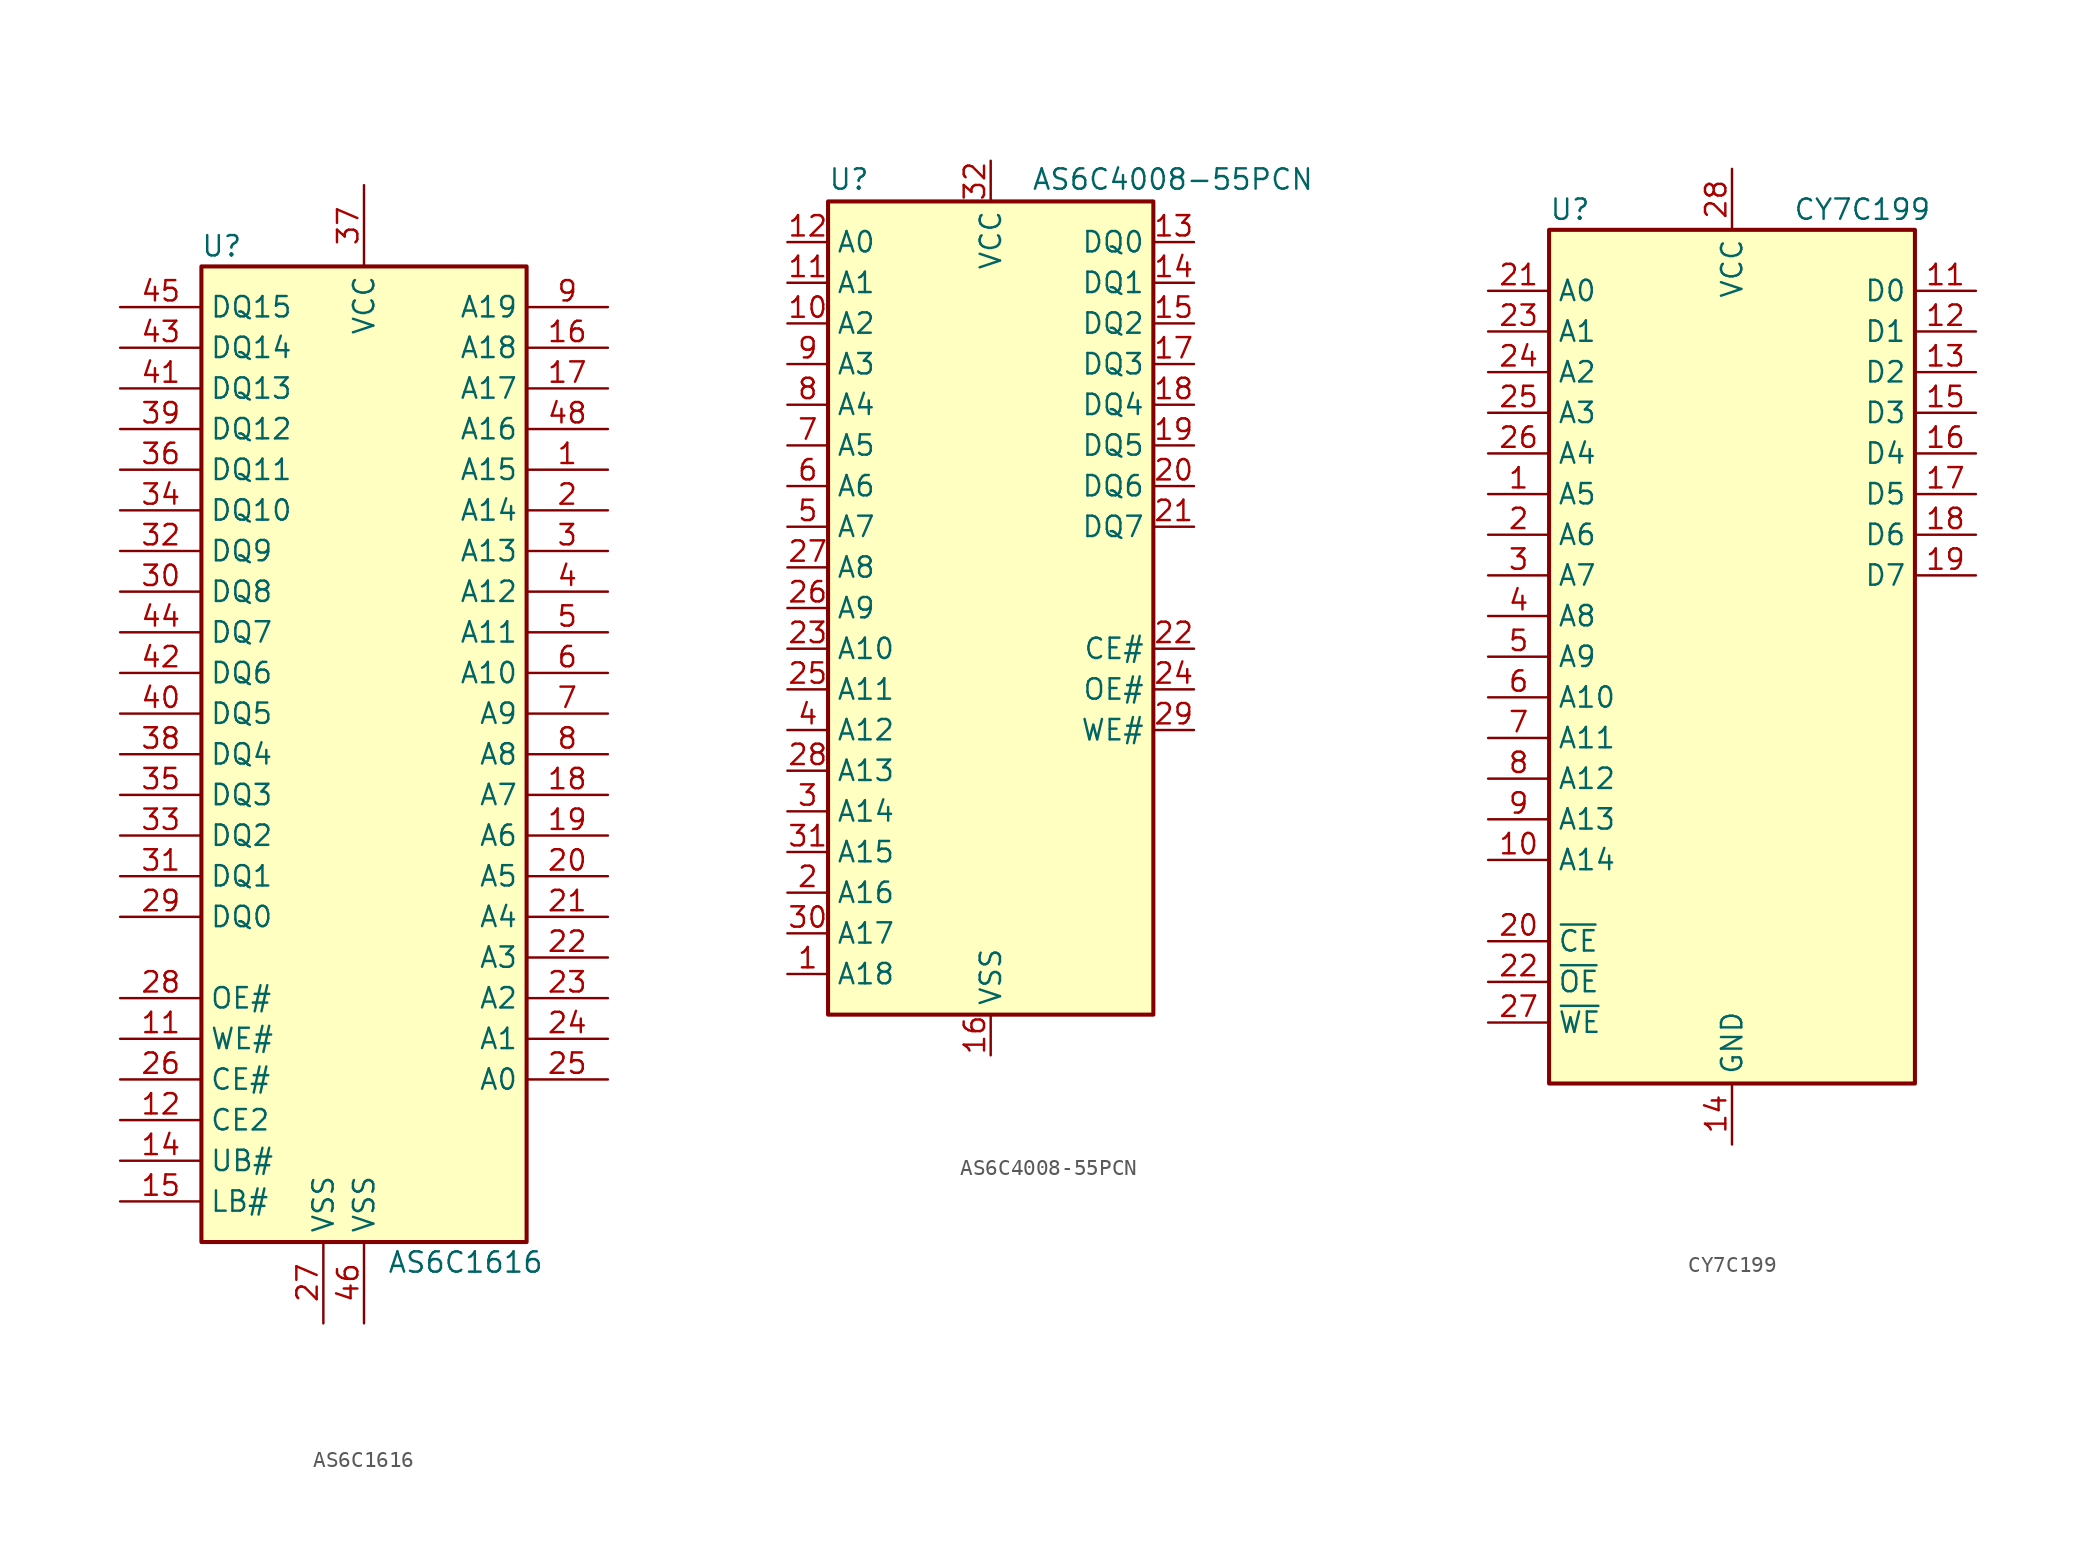
<source format=kicad_sym>
(kicad_symbol_lib
  (version 20241209)
  (generator "kicad_symbol_editor")
  (generator_version "9.0")
  (symbol "AS6C1616"
    (property "Reference" "U"
      (at -8.89 31.75 0)
      (effects (font (size 1.27 1.27))))
    (property "Value" "AS6C1616"
      (at 6.35 -31.75 0)
      (effects (font (size 1.27 1.27))))
    (symbol "AS6C1616_0_1"
      (rectangle (start -10.16 30.48) (end 10.16 -30.48) (stroke (width 0.254) (type default)) (fill (type background))))
    (symbol "AS6C1616_1_1"
      (pin input line (at -15.24 27.94 0) (length 5.08) (name "DQ15" (effects (font (size 1.27 1.27)))) (number "45" (effects (font (size 1.27 1.27)))))
      (pin bidirectional line (at -15.24 25.4 0) (length 5.08) (name "DQ14" (effects (font (size 1.27 1.27)))) (number "43" (effects (font (size 1.27 1.27)))))
      (pin bidirectional line (at -15.24 22.86 0) (length 5.08) (name "DQ13" (effects (font (size 1.27 1.27)))) (number "41" (effects (font (size 1.27 1.27)))))
      (pin bidirectional line (at -15.24 20.32 0) (length 5.08) (name "DQ12" (effects (font (size 1.27 1.27)))) (number "39" (effects (font (size 1.27 1.27)))))
      (pin bidirectional line (at -15.24 17.78 0) (length 5.08) (name "DQ11" (effects (font (size 1.27 1.27)))) (number "36" (effects (font (size 1.27 1.27)))))
      (pin bidirectional line (at -15.24 15.24 0) (length 5.08) (name "DQ10" (effects (font (size 1.27 1.27)))) (number "34" (effects (font (size 1.27 1.27)))))
      (pin bidirectional line (at -15.24 12.7 0) (length 5.08) (name "DQ9" (effects (font (size 1.27 1.27)))) (number "32" (effects (font (size 1.27 1.27)))))
      (pin bidirectional line (at -15.24 10.16 0) (length 5.08) (name "DQ8" (effects (font (size 1.27 1.27)))) (number "30" (effects (font (size 1.27 1.27)))))
      (pin bidirectional line (at -15.24 7.62 0) (length 5.08) (name "DQ7" (effects (font (size 1.27 1.27)))) (number "44" (effects (font (size 1.27 1.27)))))
      (pin bidirectional line (at -15.24 5.08 0) (length 5.08) (name "DQ6" (effects (font (size 1.27 1.27)))) (number "42" (effects (font (size 1.27 1.27)))))
      (pin bidirectional line (at -15.24 2.54 0) (length 5.08) (name "DQ5" (effects (font (size 1.27 1.27)))) (number "40" (effects (font (size 1.27 1.27)))))
      (pin bidirectional line (at -15.24 0 0) (length 5.08) (name "DQ4" (effects (font (size 1.27 1.27)))) (number "38" (effects (font (size 1.27 1.27)))))
      (pin bidirectional line (at -15.24 -2.54 0) (length 5.08) (name "DQ3" (effects (font (size 1.27 1.27)))) (number "35" (effects (font (size 1.27 1.27)))))
      (pin bidirectional line (at -15.24 -5.08 0) (length 5.08) (name "DQ2" (effects (font (size 1.27 1.27)))) (number "33" (effects (font (size 1.27 1.27)))))
      (pin bidirectional line (at -15.24 -7.62 0) (length 5.08) (name "DQ1" (effects (font (size 1.27 1.27)))) (number "31" (effects (font (size 1.27 1.27)))))
      (pin bidirectional line (at -15.24 -10.16 0) (length 5.08) (name "DQ0" (effects (font (size 1.27 1.27)))) (number "29" (effects (font (size 1.27 1.27)))))
      (pin input line (at -15.24 -15.24 0) (length 5.08) (name "OE#" (effects (font (size 1.27 1.27)))) (number "28" (effects (font (size 1.27 1.27)))))
      (pin input line (at -15.24 -17.78 0) (length 5.08) (name "WE#" (effects (font (size 1.27 1.27)))) (number "11" (effects (font (size 1.27 1.27)))))
      (pin input line (at -15.24 -20.32 0) (length 5.08) (name "CE#" (effects (font (size 1.27 1.27)))) (number "26" (effects (font (size 1.27 1.27)))))
      (pin input line (at -15.24 -22.86 0) (length 5.08) (name "CE2" (effects (font (size 1.27 1.27)))) (number "12" (effects (font (size 1.27 1.27)))))
      (pin input line (at -15.24 -25.4 0) (length 5.08) (name "UB#" (effects (font (size 1.27 1.27)))) (number "14" (effects (font (size 1.27 1.27)))))
      (pin input line (at -15.24 -27.94 0) (length 5.08) (name "LB#" (effects (font (size 1.27 1.27)))) (number "15" (effects (font (size 1.27 1.27)))))
      (pin power_in line (at -2.54 -35.56 90) (length 5.08) (name "VSS" (effects (font (size 1.27 1.27)))) (number "27" (effects (font (size 1.27 1.27)))))
      (pin power_in line (at 0 35.56 270) (length 5.08) (name "VCC" (effects (font (size 1.27 1.27)))) (number "37" (effects (font (size 1.27 1.27)))))
      (pin power_in line (at 0 -35.56 90) (length 5.08) (name "VSS" (effects (font (size 1.27 1.27)))) (number "46" (effects (font (size 1.27 1.27)))))
      (pin no_connect line (at 10.16 -22.86 180) (length 0) (hide yes) (name "NC" (effects (font (size 1.27 1.27)))) (number "10" (effects (font (size 1.27 1.27)))))
      (pin no_connect line (at 10.16 -25.4 180) (length 0) (hide yes) (name "NC" (effects (font (size 1.27 1.27)))) (number "13" (effects (font (size 1.27 1.27)))))
      (pin no_connect line (at 10.16 -27.94 180) (length 0) (hide yes) (name "NC" (effects (font (size 1.27 1.27)))) (number "47" (effects (font (size 1.27 1.27)))))
      (pin input line (at 15.24 27.94 180) (length 5.08) (name "A19" (effects (font (size 1.27 1.27)))) (number "9" (effects (font (size 1.27 1.27)))))
      (pin input line (at 15.24 25.4 180) (length 5.08) (name "A18" (effects (font (size 1.27 1.27)))) (number "16" (effects (font (size 1.27 1.27)))))
      (pin input line (at 15.24 22.86 180) (length 5.08) (name "A17" (effects (font (size 1.27 1.27)))) (number "17" (effects (font (size 1.27 1.27)))))
      (pin input line (at 15.24 20.32 180) (length 5.08) (name "A16" (effects (font (size 1.27 1.27)))) (number "48" (effects (font (size 1.27 1.27)))))
      (pin input line (at 15.24 17.78 180) (length 5.08) (name "A15" (effects (font (size 1.27 1.27)))) (number "1" (effects (font (size 1.27 1.27)))))
      (pin input line (at 15.24 15.24 180) (length 5.08) (name "A14" (effects (font (size 1.27 1.27)))) (number "2" (effects (font (size 1.27 1.27)))))
      (pin input line (at 15.24 12.7 180) (length 5.08) (name "A13" (effects (font (size 1.27 1.27)))) (number "3" (effects (font (size 1.27 1.27)))))
      (pin input line (at 15.24 10.16 180) (length 5.08) (name "A12" (effects (font (size 1.27 1.27)))) (number "4" (effects (font (size 1.27 1.27)))))
      (pin input line (at 15.24 7.62 180) (length 5.08) (name "A11" (effects (font (size 1.27 1.27)))) (number "5" (effects (font (size 1.27 1.27)))))
      (pin input line (at 15.24 5.08 180) (length 5.08) (name "A10" (effects (font (size 1.27 1.27)))) (number "6" (effects (font (size 1.27 1.27)))))
      (pin input line (at 15.24 2.54 180) (length 5.08) (name "A9" (effects (font (size 1.27 1.27)))) (number "7" (effects (font (size 1.27 1.27)))))
      (pin input line (at 15.24 0 180) (length 5.08) (name "A8" (effects (font (size 1.27 1.27)))) (number "8" (effects (font (size 1.27 1.27)))))
      (pin input line (at 15.24 -2.54 180) (length 5.08) (name "A7" (effects (font (size 1.27 1.27)))) (number "18" (effects (font (size 1.27 1.27)))))
      (pin input line (at 15.24 -5.08 180) (length 5.08) (name "A6" (effects (font (size 1.27 1.27)))) (number "19" (effects (font (size 1.27 1.27)))))
      (pin input line (at 15.24 -7.62 180) (length 5.08) (name "A5" (effects (font (size 1.27 1.27)))) (number "20" (effects (font (size 1.27 1.27)))))
      (pin input line (at 15.24 -10.16 180) (length 5.08) (name "A4" (effects (font (size 1.27 1.27)))) (number "21" (effects (font (size 1.27 1.27)))))
      (pin input line (at 15.24 -12.7 180) (length 5.08) (name "A3" (effects (font (size 1.27 1.27)))) (number "22" (effects (font (size 1.27 1.27)))))
      (pin input line (at 15.24 -15.24 180) (length 5.08) (name "A2" (effects (font (size 1.27 1.27)))) (number "23" (effects (font (size 1.27 1.27)))))
      (pin input line (at 15.24 -17.78 180) (length 5.08) (name "A1" (effects (font (size 1.27 1.27)))) (number "24" (effects (font (size 1.27 1.27)))))
      (pin input line (at 15.24 -20.32 180) (length 5.08) (name "A0" (effects (font (size 1.27 1.27)))) (number "25" (effects (font (size 1.27 1.27)))))))
  (symbol "AS6C4008-55PCN"
    (property "Reference" "U"
      (at -10.16 26.035 0)
      (effects (font (size 1.27 1.27)) (justify left bottom)))
    (property "Value" "AS6C4008-55PCN"
      (at 2.54 26.035 0)
      (effects (font (size 1.27 1.27)) (justify left bottom)))
    (symbol "AS6C4008-55PCN_0_0"
      (pin power_in line (at 0 27.94 270) (length 2.54) (name "VCC" (effects (font (size 1.27 1.27)))) (number "32" (effects (font (size 1.27 1.27)))))
      (pin power_in line (at 0 -27.94 90) (length 2.54) (name "VSS" (effects (font (size 1.27 1.27)))) (number "16" (effects (font (size 1.27 1.27))))))
    (symbol "AS6C4008-55PCN_0_1"
      (rectangle (start -10.16 25.4) (end 10.16 -25.4) (stroke (width 0.254) (type default)) (fill (type background))))
    (symbol "AS6C4008-55PCN_1_1"
      (pin input line (at -12.7 22.86 0) (length 2.54) (name "A0" (effects (font (size 1.27 1.27)))) (number "12" (effects (font (size 1.27 1.27)))))
      (pin input line (at -12.7 20.32 0) (length 2.54) (name "A1" (effects (font (size 1.27 1.27)))) (number "11" (effects (font (size 1.27 1.27)))))
      (pin input line (at -12.7 17.78 0) (length 2.54) (name "A2" (effects (font (size 1.27 1.27)))) (number "10" (effects (font (size 1.27 1.27)))))
      (pin input line (at -12.7 15.24 0) (length 2.54) (name "A3" (effects (font (size 1.27 1.27)))) (number "9" (effects (font (size 1.27 1.27)))))
      (pin input line (at -12.7 12.7 0) (length 2.54) (name "A4" (effects (font (size 1.27 1.27)))) (number "8" (effects (font (size 1.27 1.27)))))
      (pin input line (at -12.7 10.16 0) (length 2.54) (name "A5" (effects (font (size 1.27 1.27)))) (number "7" (effects (font (size 1.27 1.27)))))
      (pin input line (at -12.7 7.62 0) (length 2.54) (name "A6" (effects (font (size 1.27 1.27)))) (number "6" (effects (font (size 1.27 1.27)))))
      (pin input line (at -12.7 5.08 0) (length 2.54) (name "A7" (effects (font (size 1.27 1.27)))) (number "5" (effects (font (size 1.27 1.27)))))
      (pin input line (at -12.7 2.54 0) (length 2.54) (name "A8" (effects (font (size 1.27 1.27)))) (number "27" (effects (font (size 1.27 1.27)))))
      (pin input line (at -12.7 0 0) (length 2.54) (name "A9" (effects (font (size 1.27 1.27)))) (number "26" (effects (font (size 1.27 1.27)))))
      (pin input line (at -12.7 -2.54 0) (length 2.54) (name "A10" (effects (font (size 1.27 1.27)))) (number "23" (effects (font (size 1.27 1.27)))))
      (pin input line (at -12.7 -5.08 0) (length 2.54) (name "A11" (effects (font (size 1.27 1.27)))) (number "25" (effects (font (size 1.27 1.27)))))
      (pin input line (at -12.7 -7.62 0) (length 2.54) (name "A12" (effects (font (size 1.27 1.27)))) (number "4" (effects (font (size 1.27 1.27)))))
      (pin input line (at -12.7 -10.16 0) (length 2.54) (name "A13" (effects (font (size 1.27 1.27)))) (number "28" (effects (font (size 1.27 1.27)))))
      (pin input line (at -12.7 -12.7 0) (length 2.54) (name "A14" (effects (font (size 1.27 1.27)))) (number "3" (effects (font (size 1.27 1.27)))))
      (pin input line (at -12.7 -15.24 0) (length 2.54) (name "A15" (effects (font (size 1.27 1.27)))) (number "31" (effects (font (size 1.27 1.27)))))
      (pin input line (at -12.7 -17.78 0) (length 2.54) (name "A16" (effects (font (size 1.27 1.27)))) (number "2" (effects (font (size 1.27 1.27)))))
      (pin input line (at -12.7 -20.32 0) (length 2.54) (name "A17" (effects (font (size 1.27 1.27)))) (number "30" (effects (font (size 1.27 1.27)))))
      (pin input line (at -12.7 -22.86 0) (length 2.54) (name "A18" (effects (font (size 1.27 1.27)))) (number "1" (effects (font (size 1.27 1.27)))))
      (pin tri_state line (at 12.7 22.86 180) (length 2.54) (name "DQ0" (effects (font (size 1.27 1.27)))) (number "13" (effects (font (size 1.27 1.27)))))
      (pin tri_state line (at 12.7 20.32 180) (length 2.54) (name "DQ1" (effects (font (size 1.27 1.27)))) (number "14" (effects (font (size 1.27 1.27)))))
      (pin tri_state line (at 12.7 17.78 180) (length 2.54) (name "DQ2" (effects (font (size 1.27 1.27)))) (number "15" (effects (font (size 1.27 1.27)))))
      (pin tri_state line (at 12.7 15.24 180) (length 2.54) (name "DQ3" (effects (font (size 1.27 1.27)))) (number "17" (effects (font (size 1.27 1.27)))))
      (pin tri_state line (at 12.7 12.7 180) (length 2.54) (name "DQ4" (effects (font (size 1.27 1.27)))) (number "18" (effects (font (size 1.27 1.27)))))
      (pin tri_state line (at 12.7 10.16 180) (length 2.54) (name "DQ5" (effects (font (size 1.27 1.27)))) (number "19" (effects (font (size 1.27 1.27)))))
      (pin tri_state line (at 12.7 7.62 180) (length 2.54) (name "DQ6" (effects (font (size 1.27 1.27)))) (number "20" (effects (font (size 1.27 1.27)))))
      (pin tri_state line (at 12.7 5.08 180) (length 2.54) (name "DQ7" (effects (font (size 1.27 1.27)))) (number "21" (effects (font (size 1.27 1.27)))))
      (pin input line (at 12.7 -2.54 180) (length 2.54) (name "CE#" (effects (font (size 1.27 1.27)))) (number "22" (effects (font (size 1.27 1.27)))))
      (pin input line (at 12.7 -5.08 180) (length 2.54) (name "OE#" (effects (font (size 1.27 1.27)))) (number "24" (effects (font (size 1.27 1.27)))))
      (pin input line (at 12.7 -7.62 180) (length 2.54) (name "WE#" (effects (font (size 1.27 1.27)))) (number "29" (effects (font (size 1.27 1.27)))))))
  (symbol "CY7C199"
    (property "Reference" "U"
      (at -11.43 27.94 0)
      (effects (font (size 1.27 1.27)) (justify left)))
    (property "Value" "CY7C199"
      (at 3.81 27.94 0)
      (effects (font (size 1.27 1.27)) (justify left)))
    (symbol "CY7C199_0_0"
      (pin power_in line (at 0 30.48 270) (length 3.81) (name "VCC" (effects (font (size 1.27 1.27)))) (number "28" (effects (font (size 1.27 1.27)))))
      (pin power_in line (at 0 -30.48 90) (length 3.81) (name "GND" (effects (font (size 1.27 1.27)))) (number "14" (effects (font (size 1.27 1.27))))))
    (symbol "CY7C199_0_1"
      (rectangle (start -11.43 26.67) (end 11.43 -26.67) (stroke (width 0.254) (type default)) (fill (type background))))
    (symbol "CY7C199_1_1"
      (pin input line (at -15.24 22.86 0) (length 3.81) (name "A0" (effects (font (size 1.27 1.27)))) (number "21" (effects (font (size 1.27 1.27)))))
      (pin input line (at -15.24 20.32 0) (length 3.81) (name "A1" (effects (font (size 1.27 1.27)))) (number "23" (effects (font (size 1.27 1.27)))))
      (pin input line (at -15.24 17.78 0) (length 3.81) (name "A2" (effects (font (size 1.27 1.27)))) (number "24" (effects (font (size 1.27 1.27)))))
      (pin input line (at -15.24 15.24 0) (length 3.81) (name "A3" (effects (font (size 1.27 1.27)))) (number "25" (effects (font (size 1.27 1.27)))))
      (pin input line (at -15.24 12.7 0) (length 3.81) (name "A4" (effects (font (size 1.27 1.27)))) (number "26" (effects (font (size 1.27 1.27)))))
      (pin input line (at -15.24 10.16 0) (length 3.81) (name "A5" (effects (font (size 1.27 1.27)))) (number "1" (effects (font (size 1.27 1.27)))))
      (pin input line (at -15.24 7.62 0) (length 3.81) (name "A6" (effects (font (size 1.27 1.27)))) (number "2" (effects (font (size 1.27 1.27)))))
      (pin input line (at -15.24 5.08 0) (length 3.81) (name "A7" (effects (font (size 1.27 1.27)))) (number "3" (effects (font (size 1.27 1.27)))))
      (pin input line (at -15.24 2.54 0) (length 3.81) (name "A8" (effects (font (size 1.27 1.27)))) (number "4" (effects (font (size 1.27 1.27)))))
      (pin input line (at -15.24 0 0) (length 3.81) (name "A9" (effects (font (size 1.27 1.27)))) (number "5" (effects (font (size 1.27 1.27)))))
      (pin input line (at -15.24 -2.54 0) (length 3.81) (name "A10" (effects (font (size 1.27 1.27)))) (number "6" (effects (font (size 1.27 1.27)))))
      (pin input line (at -15.24 -5.08 0) (length 3.81) (name "A11" (effects (font (size 1.27 1.27)))) (number "7" (effects (font (size 1.27 1.27)))))
      (pin input line (at -15.24 -7.62 0) (length 3.81) (name "A12" (effects (font (size 1.27 1.27)))) (number "8" (effects (font (size 1.27 1.27)))))
      (pin input line (at -15.24 -10.16 0) (length 3.81) (name "A13" (effects (font (size 1.27 1.27)))) (number "9" (effects (font (size 1.27 1.27)))))
      (pin input line (at -15.24 -12.7 0) (length 3.81) (name "A14" (effects (font (size 1.27 1.27)))) (number "10" (effects (font (size 1.27 1.27)))))
      (pin input line (at -15.24 -17.78 0) (length 3.81) (name "~{CE}" (effects (font (size 1.27 1.27)))) (number "20" (effects (font (size 1.27 1.27)))))
      (pin input line (at -15.24 -20.32 0) (length 3.81) (name "~{OE}" (effects (font (size 1.27 1.27)))) (number "22" (effects (font (size 1.27 1.27)))))
      (pin input line (at -15.24 -22.86 0) (length 3.81) (name "~{WE}" (effects (font (size 1.27 1.27)))) (number "27" (effects (font (size 1.27 1.27)))))
      (pin tri_state line (at 15.24 22.86 180) (length 3.81) (name "D0" (effects (font (size 1.27 1.27)))) (number "11" (effects (font (size 1.27 1.27)))))
      (pin tri_state line (at 15.24 20.32 180) (length 3.81) (name "D1" (effects (font (size 1.27 1.27)))) (number "12" (effects (font (size 1.27 1.27)))))
      (pin tri_state line (at 15.24 17.78 180) (length 3.81) (name "D2" (effects (font (size 1.27 1.27)))) (number "13" (effects (font (size 1.27 1.27)))))
      (pin tri_state line (at 15.24 15.24 180) (length 3.81) (name "D3" (effects (font (size 1.27 1.27)))) (number "15" (effects (font (size 1.27 1.27)))))
      (pin tri_state line (at 15.24 12.7 180) (length 3.81) (name "D4" (effects (font (size 1.27 1.27)))) (number "16" (effects (font (size 1.27 1.27)))))
      (pin tri_state line (at 15.24 10.16 180) (length 3.81) (name "D5" (effects (font (size 1.27 1.27)))) (number "17" (effects (font (size 1.27 1.27)))))
      (pin tri_state line (at 15.24 7.62 180) (length 3.81) (name "D6" (effects (font (size 1.27 1.27)))) (number "18" (effects (font (size 1.27 1.27)))))
      (pin tri_state line (at 15.24 5.08 180) (length 3.81) (name "D7" (effects (font (size 1.27 1.27)))) (number "19" (effects (font (size 1.27 1.27))))))))
</source>
